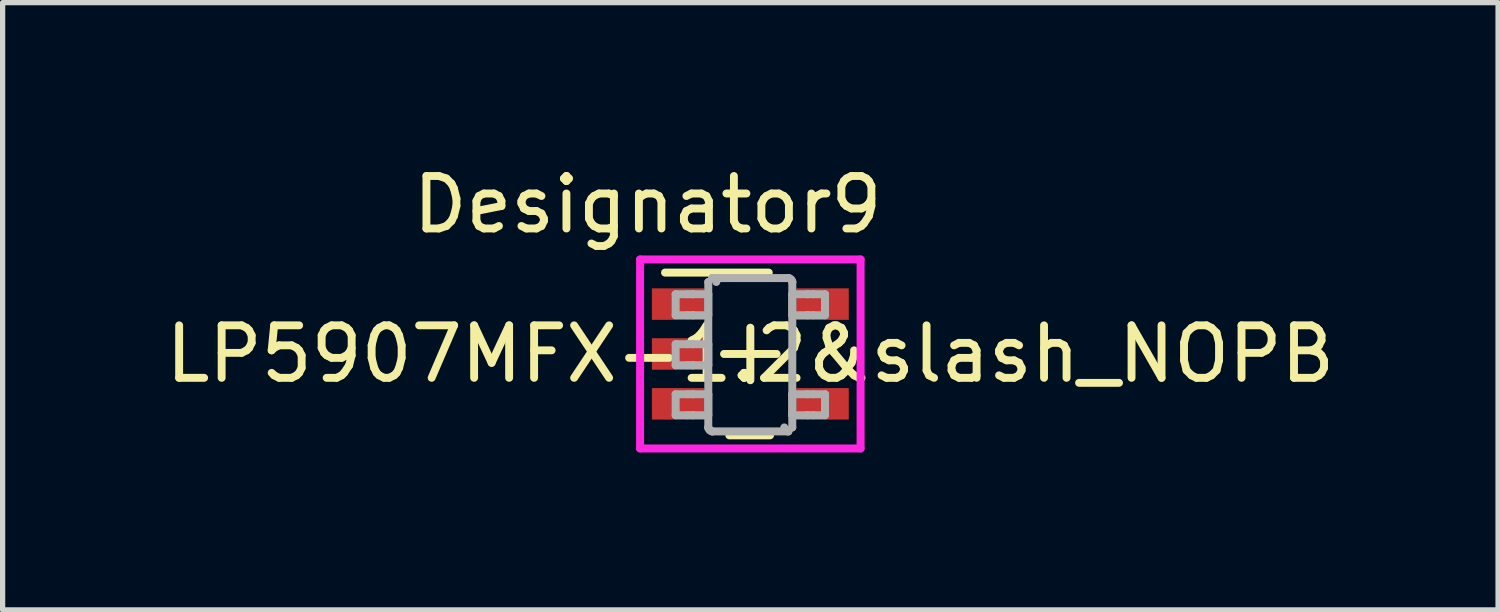
<source format=kicad_pcb>
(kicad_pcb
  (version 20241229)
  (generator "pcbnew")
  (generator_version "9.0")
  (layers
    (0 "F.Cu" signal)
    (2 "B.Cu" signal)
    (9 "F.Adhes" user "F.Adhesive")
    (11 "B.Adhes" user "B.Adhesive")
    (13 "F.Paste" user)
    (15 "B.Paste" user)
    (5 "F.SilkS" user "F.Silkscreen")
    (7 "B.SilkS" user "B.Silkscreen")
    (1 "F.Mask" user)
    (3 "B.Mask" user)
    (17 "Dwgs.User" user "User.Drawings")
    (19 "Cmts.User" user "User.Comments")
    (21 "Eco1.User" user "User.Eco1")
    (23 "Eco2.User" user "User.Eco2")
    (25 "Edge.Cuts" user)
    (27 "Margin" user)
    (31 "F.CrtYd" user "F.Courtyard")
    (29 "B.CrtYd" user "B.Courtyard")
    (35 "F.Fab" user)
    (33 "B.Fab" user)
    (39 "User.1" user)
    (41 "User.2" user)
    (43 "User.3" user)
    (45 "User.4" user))
  (footprint "LP5907MFX-1.2&slash_NOPB"
    (layer "F.Cu")
    (at 11.244 3.693)
    (property "Reference" "LP5907MFX-1.2&slash_NOPB" (at 0 0 0) (layer "F.SilkS") (effects (font (size 1 1) (thickness 0.15))))
    (attr through_hole)
    (fp_line (start -1.625 -1.55) (end 0.35 -1.55) (stroke (width 0.152) (type solid)) (layer "F.SilkS"))
    (fp_line (start -0.5 0) (end 0.5 0) (stroke (width 0.152) (type solid)) (layer "F.SilkS"))
    (fp_line (start -0.4 1.55) (end 0.375 1.55) (stroke (width 0.152) (type solid)) (layer "F.SilkS"))
    (fp_line (start 0 0.5) (end 0 -0.5) (stroke (width 0.152) (type solid)) (layer "F.SilkS"))
    (fp_line (start -2.1 -1.8) (end 2.1 -1.8) (stroke (width 0.152) (type solid)) (layer "F.CrtYd"))
    (fp_line (start -2.1 1.8) (end -2.1 -1.8) (stroke (width 0.152) (type solid)) (layer "F.CrtYd"))
    (fp_line (start -2.1 1.8) (end 2.1 1.8) (stroke (width 0.152) (type solid)) (layer "F.CrtYd"))
    (fp_line (start 2.1 1.8) (end 2.1 -1.8) (stroke (width 0.152) (type solid)) (layer "F.CrtYd"))
    (fp_line (start -1.423 -1.138) (end -1.199 -1.138) (stroke (width 0.152) (type solid)) (layer "F.Fab"))
    (fp_line (start -1.423 -0.738) (end -1.423 -1.138) (stroke (width 0.152) (type solid)) (layer "F.Fab"))
    (fp_line (start -1.423 -0.738) (end -1.199 -0.738) (stroke (width 0.152) (type solid)) (layer "F.Fab"))
    (fp_line (start -1.423 -0.186) (end -1.199 -0.186) (stroke (width 0.152) (type solid)) (layer "F.Fab"))
    (fp_line (start -1.423 0.215) (end -1.423 -0.186) (stroke (width 0.152) (type solid)) (layer "F.Fab"))
    (fp_line (start -1.423 0.215) (end -1.199 0.215) (stroke (width 0.152) (type solid)) (layer "F.Fab"))
    (fp_line (start -1.423 0.767) (end -1.199 0.767) (stroke (width 0.152) (type solid)) (layer "F.Fab"))
    (fp_line (start -1.423 1.167) (end -1.423 0.767) (stroke (width 0.152) (type solid)) (layer "F.Fab"))
    (fp_line (start -1.423 1.167) (end -1.199 1.167) (stroke (width 0.152) (type solid)) (layer "F.Fab"))
    (fp_line (start -1.199 -1.138) (end -1.105 -1.138) (stroke (width 0.152) (type solid)) (layer "F.Fab"))
    (fp_line (start -1.199 -0.738) (end -1.105 -0.738) (stroke (width 0.152) (type solid)) (layer "F.Fab"))
    (fp_line (start -1.199 -0.186) (end -1.105 -0.186) (stroke (width 0.152) (type solid)) (layer "F.Fab"))
    (fp_line (start -1.199 0.215) (end -1.105 0.215) (stroke (width 0.152) (type solid)) (layer "F.Fab"))
    (fp_line (start -1.199 0.767) (end -1.105 0.767) (stroke (width 0.152) (type solid)) (layer "F.Fab"))
    (fp_line (start -1.199 1.167) (end -1.105 1.167) (stroke (width 0.152) (type solid)) (layer "F.Fab"))
    (fp_line (start -1.105 -1.138) (end -1.088 -1.138) (stroke (width 0.152) (type solid)) (layer "F.Fab"))
    (fp_line (start -1.105 -0.738) (end -1.088 -0.738) (stroke (width 0.152) (type solid)) (layer "F.Fab"))
    (fp_line (start -1.105 -0.186) (end -1.088 -0.186) (stroke (width 0.152) (type solid)) (layer "F.Fab"))
    (fp_line (start -1.105 0.215) (end -1.088 0.215) (stroke (width 0.152) (type solid)) (layer "F.Fab"))
    (fp_line (start -1.105 0.767) (end -1.088 0.767) (stroke (width 0.152) (type solid)) (layer "F.Fab"))
    (fp_line (start -1.105 1.167) (end -1.088 1.167) (stroke (width 0.152) (type solid)) (layer "F.Fab"))
    (fp_line (start -1.088 -1.138) (end -0.835 -1.138) (stroke (width 0.152) (type solid)) (layer "F.Fab"))
    (fp_line (start -1.088 -0.738) (end -0.835 -0.738) (stroke (width 0.152) (type solid)) (layer "F.Fab"))
    (fp_line (start -1.088 -0.186) (end -0.835 -0.186) (stroke (width 0.152) (type solid)) (layer "F.Fab"))
    (fp_line (start -1.088 0.215) (end -0.835 0.215) (stroke (width 0.152) (type solid)) (layer "F.Fab"))
    (fp_line (start -1.088 0.767) (end -0.835 0.767) (stroke (width 0.152) (type solid)) (layer "F.Fab"))
    (fp_line (start -1.088 1.167) (end -0.835 1.167) (stroke (width 0.152) (type solid)) (layer "F.Fab"))
    (fp_line (start -0.835 -1.138) (end -0.801 -1.138) (stroke (width 0.152) (type solid)) (layer "F.Fab"))
    (fp_line (start -0.835 -0.738) (end -0.801 -0.738) (stroke (width 0.152) (type solid)) (layer "F.Fab"))
    (fp_line (start -0.835 -0.186) (end -0.801 -0.186) (stroke (width 0.152) (type solid)) (layer "F.Fab"))
    (fp_line (start -0.835 0.215) (end -0.801 0.215) (stroke (width 0.152) (type solid)) (layer "F.Fab"))
    (fp_line (start -0.835 0.767) (end -0.801 0.767) (stroke (width 0.152) (type solid)) (layer "F.Fab"))
    (fp_line (start -0.835 1.167) (end -0.801 1.167) (stroke (width 0.152) (type solid)) (layer "F.Fab"))
    (fp_line (start -0.801 -1.37) (end -0.801 -1.371) (stroke (width 0.152) (type solid)) (layer "F.Fab"))
    (fp_line (start -0.801 -0.738) (end -0.801 -1.138) (stroke (width 0.152) (type solid)) (layer "F.Fab"))
    (fp_line (start -0.801 0.215) (end -0.801 -0.186) (stroke (width 0.152) (type solid)) (layer "F.Fab"))
    (fp_line (start -0.801 1.167) (end -0.801 0.767) (stroke (width 0.152) (type solid)) (layer "F.Fab"))
    (fp_line (start -0.801 1.399) (end -0.801 -1.37) (stroke (width 0.152) (type solid)) (layer "F.Fab"))
    (fp_line (start -0.801 1.4) (end -0.801 1.399) (stroke (width 0.152) (type solid)) (layer "F.Fab"))
    (fp_line (start -0.725 -1.446) (end -0.725 -1.446) (stroke (width 0.152) (type solid)) (layer "F.Fab"))
    (fp_line (start -0.725 1.475) (end -0.725 1.475) (stroke (width 0.152) (type solid)) (layer "F.Fab"))
    (fp_line (start -0.725 -1.446) (end 0.723 -1.446) (stroke (width 0.152) (type solid)) (layer "F.Fab"))
    (fp_line (start -0.725 1.475) (end 0.723 1.475) (stroke (width 0.152) (type solid)) (layer "F.Fab"))
    (fp_line (start 0.723 -1.446) (end 0.724 -1.446) (stroke (width 0.152) (type solid)) (layer "F.Fab"))
    (fp_line (start 0.723 1.475) (end 0.724 1.475) (stroke (width 0.152) (type solid)) (layer "F.Fab"))
    (fp_line (start 0.799 -1.37) (end 0.799 -1.371) (stroke (width 0.152) (type solid)) (layer "F.Fab"))
    (fp_line (start 0.799 -1.138) (end 0.834 -1.138) (stroke (width 0.152) (type solid)) (layer "F.Fab"))
    (fp_line (start 0.799 -0.738) (end 0.799 -1.138) (stroke (width 0.152) (type solid)) (layer "F.Fab"))
    (fp_line (start 0.799 -0.738) (end 0.834 -0.738) (stroke (width 0.152) (type solid)) (layer "F.Fab"))
    (fp_line (start 0.799 0.767) (end 0.834 0.767) (stroke (width 0.152) (type solid)) (layer "F.Fab"))
    (fp_line (start 0.799 1.167) (end 0.799 0.767) (stroke (width 0.152) (type solid)) (layer "F.Fab"))
    (fp_line (start 0.799 1.167) (end 0.834 1.167) (stroke (width 0.152) (type solid)) (layer "F.Fab"))
    (fp_line (start 0.799 1.399) (end 0.799 -1.37) (stroke (width 0.152) (type solid)) (layer "F.Fab"))
    (fp_line (start 0.799 1.4) (end 0.799 1.399) (stroke (width 0.152) (type solid)) (layer "F.Fab"))
    (fp_line (start 0.834 -1.138) (end 1.087 -1.138) (stroke (width 0.152) (type solid)) (layer "F.Fab"))
    (fp_line (start 0.834 -0.738) (end 1.087 -0.738) (stroke (width 0.152) (type solid)) (layer "F.Fab"))
    (fp_line (start 0.834 0.767) (end 1.087 0.767) (stroke (width 0.152) (type solid)) (layer "F.Fab"))
    (fp_line (start 0.834 1.167) (end 1.087 1.167) (stroke (width 0.152) (type solid)) (layer "F.Fab"))
    (fp_line (start 1.087 -1.138) (end 1.103 -1.138) (stroke (width 0.152) (type solid)) (layer "F.Fab"))
    (fp_line (start 1.087 -0.738) (end 1.103 -0.738) (stroke (width 0.152) (type solid)) (layer "F.Fab"))
    (fp_line (start 1.087 0.767) (end 1.103 0.767) (stroke (width 0.152) (type solid)) (layer "F.Fab"))
    (fp_line (start 1.087 1.167) (end 1.103 1.167) (stroke (width 0.152) (type solid)) (layer "F.Fab"))
    (fp_line (start 1.103 -1.138) (end 1.198 -1.138) (stroke (width 0.152) (type solid)) (layer "F.Fab"))
    (fp_line (start 1.103 -0.738) (end 1.198 -0.738) (stroke (width 0.152) (type solid)) (layer "F.Fab"))
    (fp_line (start 1.103 0.767) (end 1.198 0.767) (stroke (width 0.152) (type solid)) (layer "F.Fab"))
    (fp_line (start 1.103 1.167) (end 1.198 1.167) (stroke (width 0.152) (type solid)) (layer "F.Fab"))
    (fp_line (start 1.198 -1.138) (end 1.422 -1.138) (stroke (width 0.152) (type solid)) (layer "F.Fab"))
    (fp_line (start 1.198 -0.738) (end 1.422 -0.738) (stroke (width 0.152) (type solid)) (layer "F.Fab"))
    (fp_line (start 1.198 0.767) (end 1.422 0.767) (stroke (width 0.152) (type solid)) (layer "F.Fab"))
    (fp_line (start 1.198 1.167) (end 1.422 1.167) (stroke (width 0.152) (type solid)) (layer "F.Fab"))
    (fp_line (start 1.422 -0.738) (end 1.422 -1.138) (stroke (width 0.152) (type solid)) (layer "F.Fab"))
    (fp_line (start 1.422 1.167) (end 1.422 0.767) (stroke (width 0.152) (type solid)) (layer "F.Fab"))
    (fp_arc (start -0.724553 1.475001) (mid -0.777896 1.453214) (end -0.800733 1.400313) (stroke (width 0.1524) (type solid)) (layer "F.Fab"))
    (fp_arc (start -0.72454 -1.445999) (mid -0.671189 -1.424209) (end -0.648348 -1.3713) (stroke (width 0.1524) (type solid)) (layer "F.Fab"))
    (fp_arc (start 0.723255 -1.445999) (mid 0.776606 -1.424209) (end 0.799447 -1.3713) (stroke (width 0.1524) (type solid)) (layer "F.Fab"))
    (fp_arc (start 0.723268 1.475001) (mid 0.669925 1.453214) (end 0.647088 1.400313) (stroke (width 0.1524) (type solid)) (layer "F.Fab"))
    (fp_text user "Designator9" (at -1.956 -2.845 0) (layer "F.SilkS") (effects (font (size 1 1) (thickness 0.15))))
    (fp_text user "." (at 0 0 0) (layer "Cmts.User") (effects (font (size 0.127 0.127) (thickness 0.002))))
    (pad "1" smd rect (at -1.375 -0.95 90) (size 0.6 1) (layers "F.Cu" "F.Mask" "F.Paste"))
    (pad "2" smd rect (at -1.375 0 90) (size 0.6 1) (layers "F.Cu" "F.Mask" "F.Paste"))
    (pad "3" smd rect (at -1.375 0.95 90) (size 0.6 1) (layers "F.Cu" "F.Mask" "F.Paste"))
    (pad "4" smd rect (at 1.375 0.95 90) (size 0.6 1) (layers "F.Cu" "F.Mask" "F.Paste"))
    (pad "5" smd rect (at 1.375 -0.95 90) (size 0.6 1) (layers "F.Cu" "F.Mask" "F.Paste")))
  (gr_rect
    (start -3 -3)
    (end 25.488 8.569)
    (stroke (width 0.1) (type default))
    (fill no)
    (layer "Edge.Cuts")))
</source>
